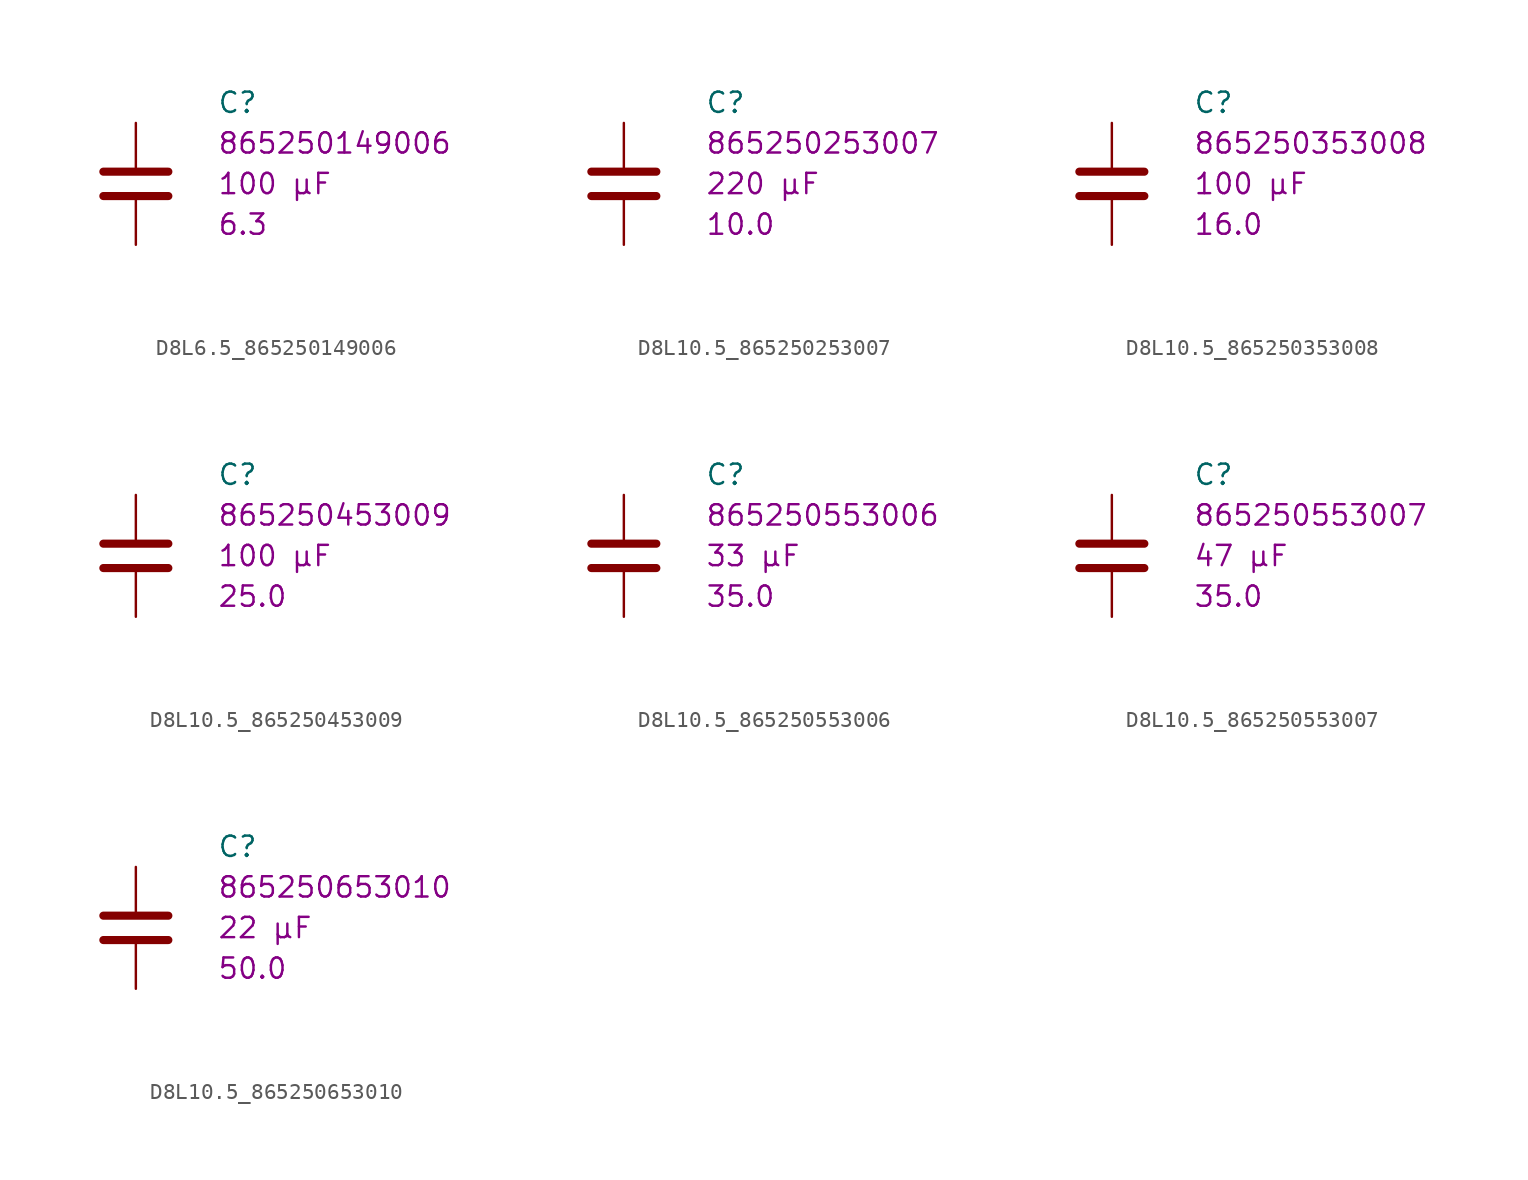
<source format=kicad_sym>
(kicad_symbol_lib
  (version 20220914)
  (generator kicad_symbol_editor)
  (symbol "D8L6.5_865250149006"
    (pin_numbers hide)
    (pin_names hide)
    (property "Reference" "C"
      (at 5.08 5.08 0)
      (effects (font (size 1.27 1.27)) (justify left)))
    (property "Part Number" "865250149006"
      (at 5.08 2.54 0)
      (effects (font (size 1.27 1.27)) (justify left)))
    (property "Capacitance" "100 µF"
      (at 5.08 0 0)
      (effects (font (size 1.27 1.27)) (justify left)))
    (property "Voltage" "6.3"
      (at 5.08 -2.54 0)
      (effects (font (size 1.27 1.27)) (justify left)))
    (property "Critical Parameter" ""
      (at 0 -7.62 0)
      (effects (font (size 1.27 1.27))))
    (symbol "D8L6.5_865250149006_0_1"
      (polyline (pts (xy -2.032 -0.762) (xy 2.032 -0.762)) (stroke (width 0.508) (type default)) (fill (type none)))
      (polyline (pts (xy -2.032 0.762) (xy 2.032 0.762)) (stroke (width 0.508) (type default)) (fill (type none))))
    (symbol "D8L6.5_865250149006_1_1"
      (pin passive line (at 0 3.81 270) (length 2.794) (name "1" (effects (font (size 1.27 1.27)))) (number "1" (effects (font (size 1.27 1.27)))))
      (pin passive line (at 0 -3.81 90) (length 2.794) (name "2" (effects (font (size 1.27 1.27)))) (number "2" (effects (font (size 1.27 1.27)))))))
  (symbol "D8L10.5_865250253007"
    (pin_numbers hide)
    (pin_names hide)
    (property "Reference" "C"
      (at 5.08 5.08 0)
      (effects (font (size 1.27 1.27)) (justify left)))
    (property "Part Number" "865250253007"
      (at 5.08 2.54 0)
      (effects (font (size 1.27 1.27)) (justify left)))
    (property "Capacitance" "220 µF"
      (at 5.08 0 0)
      (effects (font (size 1.27 1.27)) (justify left)))
    (property "Voltage" "10.0"
      (at 5.08 -2.54 0)
      (effects (font (size 1.27 1.27)) (justify left)))
    (property "Critical Parameter" ""
      (at 0 -7.62 0)
      (effects (font (size 1.27 1.27))))
    (symbol "D8L10.5_865250253007_0_1"
      (polyline (pts (xy -2.032 -0.762) (xy 2.032 -0.762)) (stroke (width 0.508) (type default)) (fill (type none)))
      (polyline (pts (xy -2.032 0.762) (xy 2.032 0.762)) (stroke (width 0.508) (type default)) (fill (type none))))
    (symbol "D8L10.5_865250253007_1_1"
      (pin passive line (at 0 3.81 270) (length 2.794) (name "1" (effects (font (size 1.27 1.27)))) (number "1" (effects (font (size 1.27 1.27)))))
      (pin passive line (at 0 -3.81 90) (length 2.794) (name "2" (effects (font (size 1.27 1.27)))) (number "2" (effects (font (size 1.27 1.27)))))))
  (symbol "D8L10.5_865250353008"
    (pin_numbers hide)
    (pin_names hide)
    (property "Reference" "C"
      (at 5.08 5.08 0)
      (effects (font (size 1.27 1.27)) (justify left)))
    (property "Part Number" "865250353008"
      (at 5.08 2.54 0)
      (effects (font (size 1.27 1.27)) (justify left)))
    (property "Capacitance" "100 µF"
      (at 5.08 0 0)
      (effects (font (size 1.27 1.27)) (justify left)))
    (property "Voltage" "16.0"
      (at 5.08 -2.54 0)
      (effects (font (size 1.27 1.27)) (justify left)))
    (property "Critical Parameter" ""
      (at 0 -7.62 0)
      (effects (font (size 1.27 1.27))))
    (symbol "D8L10.5_865250353008_0_1"
      (polyline (pts (xy -2.032 -0.762) (xy 2.032 -0.762)) (stroke (width 0.508) (type default)) (fill (type none)))
      (polyline (pts (xy -2.032 0.762) (xy 2.032 0.762)) (stroke (width 0.508) (type default)) (fill (type none))))
    (symbol "D8L10.5_865250353008_1_1"
      (pin passive line (at 0 3.81 270) (length 2.794) (name "1" (effects (font (size 1.27 1.27)))) (number "1" (effects (font (size 1.27 1.27)))))
      (pin passive line (at 0 -3.81 90) (length 2.794) (name "2" (effects (font (size 1.27 1.27)))) (number "2" (effects (font (size 1.27 1.27)))))))
  (symbol "D8L10.5_865250453009"
    (pin_numbers hide)
    (pin_names hide)
    (property "Reference" "C"
      (at 5.08 5.08 0)
      (effects (font (size 1.27 1.27)) (justify left)))
    (property "Part Number" "865250453009"
      (at 5.08 2.54 0)
      (effects (font (size 1.27 1.27)) (justify left)))
    (property "Capacitance" "100 µF"
      (at 5.08 0 0)
      (effects (font (size 1.27 1.27)) (justify left)))
    (property "Voltage" "25.0"
      (at 5.08 -2.54 0)
      (effects (font (size 1.27 1.27)) (justify left)))
    (property "Critical Parameter" ""
      (at 0 -7.62 0)
      (effects (font (size 1.27 1.27))))
    (symbol "D8L10.5_865250453009_0_1"
      (polyline (pts (xy -2.032 -0.762) (xy 2.032 -0.762)) (stroke (width 0.508) (type default)) (fill (type none)))
      (polyline (pts (xy -2.032 0.762) (xy 2.032 0.762)) (stroke (width 0.508) (type default)) (fill (type none))))
    (symbol "D8L10.5_865250453009_1_1"
      (pin passive line (at 0 3.81 270) (length 2.794) (name "1" (effects (font (size 1.27 1.27)))) (number "1" (effects (font (size 1.27 1.27)))))
      (pin passive line (at 0 -3.81 90) (length 2.794) (name "2" (effects (font (size 1.27 1.27)))) (number "2" (effects (font (size 1.27 1.27)))))))
  (symbol "D8L10.5_865250553006"
    (pin_numbers hide)
    (pin_names hide)
    (property "Reference" "C"
      (at 5.08 5.08 0)
      (effects (font (size 1.27 1.27)) (justify left)))
    (property "Part Number" "865250553006"
      (at 5.08 2.54 0)
      (effects (font (size 1.27 1.27)) (justify left)))
    (property "Capacitance" "33 µF"
      (at 5.08 0 0)
      (effects (font (size 1.27 1.27)) (justify left)))
    (property "Voltage" "35.0"
      (at 5.08 -2.54 0)
      (effects (font (size 1.27 1.27)) (justify left)))
    (property "Critical Parameter" ""
      (at 0 -7.62 0)
      (effects (font (size 1.27 1.27))))
    (symbol "D8L10.5_865250553006_0_1"
      (polyline (pts (xy -2.032 -0.762) (xy 2.032 -0.762)) (stroke (width 0.508) (type default)) (fill (type none)))
      (polyline (pts (xy -2.032 0.762) (xy 2.032 0.762)) (stroke (width 0.508) (type default)) (fill (type none))))
    (symbol "D8L10.5_865250553006_1_1"
      (pin passive line (at 0 3.81 270) (length 2.794) (name "1" (effects (font (size 1.27 1.27)))) (number "1" (effects (font (size 1.27 1.27)))))
      (pin passive line (at 0 -3.81 90) (length 2.794) (name "2" (effects (font (size 1.27 1.27)))) (number "2" (effects (font (size 1.27 1.27)))))))
  (symbol "D8L10.5_865250553007"
    (pin_numbers hide)
    (pin_names hide)
    (property "Reference" "C"
      (at 5.08 5.08 0)
      (effects (font (size 1.27 1.27)) (justify left)))
    (property "Part Number" "865250553007"
      (at 5.08 2.54 0)
      (effects (font (size 1.27 1.27)) (justify left)))
    (property "Capacitance" "47 µF"
      (at 5.08 0 0)
      (effects (font (size 1.27 1.27)) (justify left)))
    (property "Voltage" "35.0"
      (at 5.08 -2.54 0)
      (effects (font (size 1.27 1.27)) (justify left)))
    (property "Critical Parameter" ""
      (at 0 -7.62 0)
      (effects (font (size 1.27 1.27))))
    (symbol "D8L10.5_865250553007_0_1"
      (polyline (pts (xy -2.032 -0.762) (xy 2.032 -0.762)) (stroke (width 0.508) (type default)) (fill (type none)))
      (polyline (pts (xy -2.032 0.762) (xy 2.032 0.762)) (stroke (width 0.508) (type default)) (fill (type none))))
    (symbol "D8L10.5_865250553007_1_1"
      (pin passive line (at 0 3.81 270) (length 2.794) (name "1" (effects (font (size 1.27 1.27)))) (number "1" (effects (font (size 1.27 1.27)))))
      (pin passive line (at 0 -3.81 90) (length 2.794) (name "2" (effects (font (size 1.27 1.27)))) (number "2" (effects (font (size 1.27 1.27)))))))
  (symbol "D8L10.5_865250653010"
    (pin_numbers hide)
    (pin_names hide)
    (property "Reference" "C"
      (at 5.08 5.08 0)
      (effects (font (size 1.27 1.27)) (justify left)))
    (property "Part Number" "865250653010"
      (at 5.08 2.54 0)
      (effects (font (size 1.27 1.27)) (justify left)))
    (property "Capacitance" "22 µF"
      (at 5.08 0 0)
      (effects (font (size 1.27 1.27)) (justify left)))
    (property "Voltage" "50.0"
      (at 5.08 -2.54 0)
      (effects (font (size 1.27 1.27)) (justify left)))
    (property "Critical Parameter" ""
      (at 0 -7.62 0)
      (effects (font (size 1.27 1.27))))
    (symbol "D8L10.5_865250653010_0_1"
      (polyline (pts (xy -2.032 -0.762) (xy 2.032 -0.762)) (stroke (width 0.508) (type default)) (fill (type none)))
      (polyline (pts (xy -2.032 0.762) (xy 2.032 0.762)) (stroke (width 0.508) (type default)) (fill (type none))))
    (symbol "D8L10.5_865250653010_1_1"
      (pin passive line (at 0 3.81 270) (length 2.794) (name "1" (effects (font (size 1.27 1.27)))) (number "1" (effects (font (size 1.27 1.27)))))
      (pin passive line (at 0 -3.81 90) (length 2.794) (name "2" (effects (font (size 1.27 1.27)))) (number "2" (effects (font (size 1.27 1.27))))))))
</source>
